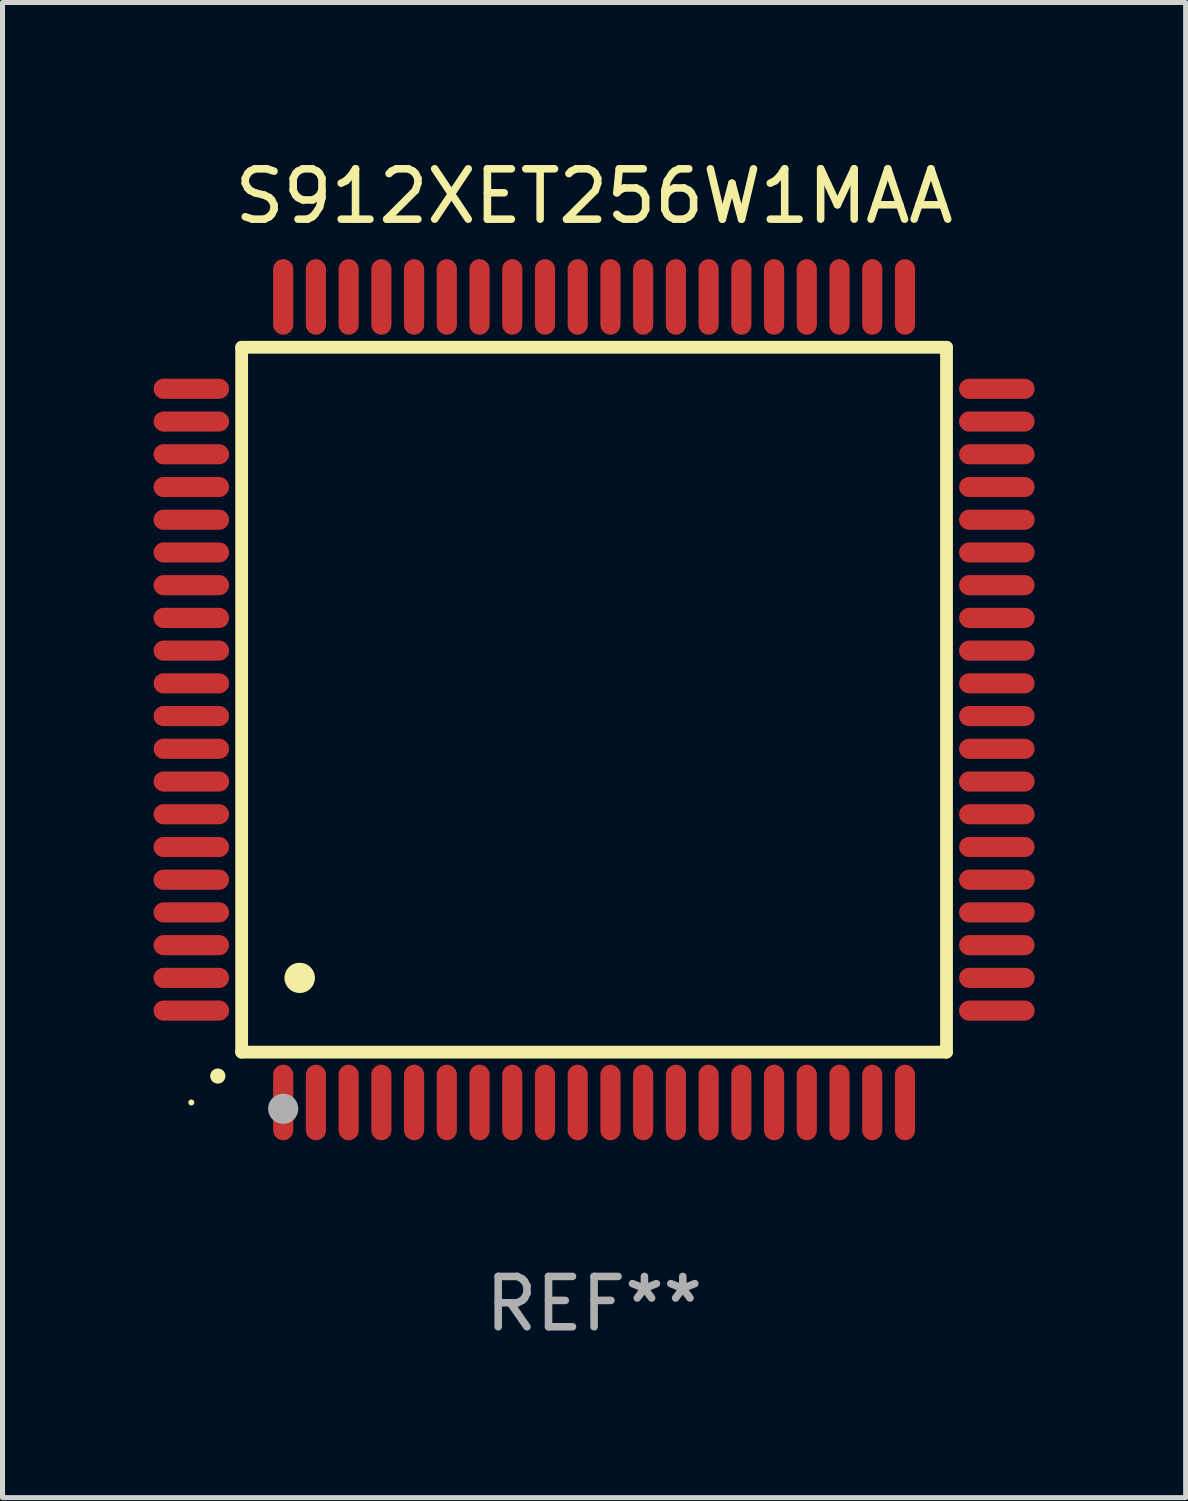
<source format=kicad_pcb>
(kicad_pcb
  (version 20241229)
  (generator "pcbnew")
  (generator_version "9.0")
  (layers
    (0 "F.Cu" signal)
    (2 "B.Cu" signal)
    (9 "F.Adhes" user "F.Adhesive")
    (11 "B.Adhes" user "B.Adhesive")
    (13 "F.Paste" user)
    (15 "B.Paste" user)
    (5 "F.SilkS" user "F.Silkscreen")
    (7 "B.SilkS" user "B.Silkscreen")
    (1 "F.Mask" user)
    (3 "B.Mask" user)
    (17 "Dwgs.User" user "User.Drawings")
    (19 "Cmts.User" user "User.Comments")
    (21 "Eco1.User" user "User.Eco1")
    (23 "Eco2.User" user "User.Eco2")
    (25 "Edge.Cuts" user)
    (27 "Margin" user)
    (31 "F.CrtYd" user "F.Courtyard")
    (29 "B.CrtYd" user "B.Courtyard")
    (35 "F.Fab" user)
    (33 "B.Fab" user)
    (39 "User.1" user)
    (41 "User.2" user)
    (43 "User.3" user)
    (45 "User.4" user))
  (footprint "S912XET256W1MAA"
    (layer "F.Cu")
    (at 8.75 10.848)
    (property "Reference" "S912XET256W1MAA" (at 0 -10 0) (layer "F.SilkS") (effects (font (size 1 1) (thickness 0.15))))
    (attr through_hole)
    (fp_line (start -7 -7) (end -7 7) (stroke (width 0.254) (type solid)) (layer "F.SilkS"))
    (fp_line (start -7 -7) (end 7 -7) (stroke (width 0.254) (type solid)) (layer "F.SilkS"))
    (fp_line (start -7 7) (end 7 7) (stroke (width 0.254) (type solid)) (layer "F.SilkS"))
    (fp_line (start 7 -7) (end 7 7) (stroke (width 0.254) (type solid)) (layer "F.SilkS"))
    (fp_arc (start -7.475006 7.475006) (mid -7.473736 7.475001) (end -7.472466 7.475006) (stroke (width 0.3) (type solid)) (layer "F.SilkS"))
    (fp_arc (start -5.850013 5.525019) (mid -5.847473 5.525008) (end -5.844933 5.525019) (stroke (width 0.6) (type solid)) (layer "F.SilkS"))
    (fp_circle (center -8 8) (end -7.97 8) (stroke (width 0.06) (type solid)) (fill no) (layer "F.SilkS"))
    (fp_circle (center -6.175 8.125) (end -6.025 8.125) (stroke (width 0.3) (type solid)) (fill no) (layer "F.Fab"))
    (fp_text user "REF**" (at 0 12 0) (layer "F.Fab") (effects (font (size 1 1) (thickness 0.15))))
    (pad "1" smd oval (at -6.175 8 180) (size 0.4 1.5) (layers "F.Cu" "F.Mask" "F.Paste"))
    (pad "2" smd oval (at -5.525 8 180) (size 0.4 1.5) (layers "F.Cu" "F.Mask" "F.Paste"))
    (pad "3" smd oval (at -4.875 8 180) (size 0.4 1.5) (layers "F.Cu" "F.Mask" "F.Paste"))
    (pad "4" smd oval (at -4.225 8 180) (size 0.4 1.5) (layers "F.Cu" "F.Mask" "F.Paste"))
    (pad "5" smd oval (at -3.575 8 180) (size 0.4 1.5) (layers "F.Cu" "F.Mask" "F.Paste"))
    (pad "6" smd oval (at -2.925 8 180) (size 0.4 1.5) (layers "F.Cu" "F.Mask" "F.Paste"))
    (pad "7" smd oval (at -2.275 8 180) (size 0.4 1.5) (layers "F.Cu" "F.Mask" "F.Paste"))
    (pad "8" smd oval (at -1.625 8 180) (size 0.4 1.5) (layers "F.Cu" "F.Mask" "F.Paste"))
    (pad "9" smd oval (at -0.975 8 180) (size 0.4 1.5) (layers "F.Cu" "F.Mask" "F.Paste"))
    (pad "10" smd oval (at -0.325 8 180) (size 0.4 1.5) (layers "F.Cu" "F.Mask" "F.Paste"))
    (pad "11" smd oval (at 0.325 8 180) (size 0.4 1.5) (layers "F.Cu" "F.Mask" "F.Paste"))
    (pad "12" smd oval (at 0.975 8 180) (size 0.4 1.5) (layers "F.Cu" "F.Mask" "F.Paste"))
    (pad "13" smd oval (at 1.625 8 180) (size 0.4 1.5) (layers "F.Cu" "F.Mask" "F.Paste"))
    (pad "14" smd oval (at 2.275 8 180) (size 0.4 1.5) (layers "F.Cu" "F.Mask" "F.Paste"))
    (pad "15" smd oval (at 2.925 8 180) (size 0.4 1.5) (layers "F.Cu" "F.Mask" "F.Paste"))
    (pad "16" smd oval (at 3.575 8 180) (size 0.4 1.5) (layers "F.Cu" "F.Mask" "F.Paste"))
    (pad "17" smd oval (at 4.225 8 180) (size 0.4 1.5) (layers "F.Cu" "F.Mask" "F.Paste"))
    (pad "18" smd oval (at 4.875 8 180) (size 0.4 1.5) (layers "F.Cu" "F.Mask" "F.Paste"))
    (pad "19" smd oval (at 5.525 8 180) (size 0.4 1.5) (layers "F.Cu" "F.Mask" "F.Paste"))
    (pad "20" smd oval (at 6.175 8) (size 0.4 1.5) (layers "F.Cu" "F.Mask" "F.Paste"))
    (pad "21" smd oval (at 8 6.175 270) (size 0.4 1.5) (layers "F.Cu" "F.Mask" "F.Paste"))
    (pad "22" smd oval (at 8 5.525 90) (size 0.4 1.5) (layers "F.Cu" "F.Mask" "F.Paste"))
    (pad "23" smd oval (at 8 4.875 90) (size 0.4 1.5) (layers "F.Cu" "F.Mask" "F.Paste"))
    (pad "24" smd oval (at 8 4.225 90) (size 0.4 1.5) (layers "F.Cu" "F.Mask" "F.Paste"))
    (pad "25" smd oval (at 8 3.575 90) (size 0.4 1.5) (layers "F.Cu" "F.Mask" "F.Paste"))
    (pad "26" smd oval (at 8 2.925 90) (size 0.4 1.5) (layers "F.Cu" "F.Mask" "F.Paste"))
    (pad "27" smd oval (at 8 2.275 90) (size 0.4 1.5) (layers "F.Cu" "F.Mask" "F.Paste"))
    (pad "28" smd oval (at 8 1.625 90) (size 0.4 1.5) (layers "F.Cu" "F.Mask" "F.Paste"))
    (pad "29" smd oval (at 8 0.975 90) (size 0.4 1.5) (layers "F.Cu" "F.Mask" "F.Paste"))
    (pad "30" smd oval (at 8 0.325 90) (size 0.4 1.5) (layers "F.Cu" "F.Mask" "F.Paste"))
    (pad "31" smd oval (at 8 -0.325 90) (size 0.4 1.5) (layers "F.Cu" "F.Mask" "F.Paste"))
    (pad "32" smd oval (at 8 -0.975 90) (size 0.4 1.5) (layers "F.Cu" "F.Mask" "F.Paste"))
    (pad "33" smd oval (at 8 -1.625 90) (size 0.4 1.5) (layers "F.Cu" "F.Mask" "F.Paste"))
    (pad "34" smd oval (at 8 -2.275 90) (size 0.4 1.5) (layers "F.Cu" "F.Mask" "F.Paste"))
    (pad "35" smd oval (at 8 -2.925 90) (size 0.4 1.5) (layers "F.Cu" "F.Mask" "F.Paste"))
    (pad "36" smd oval (at 8 -3.575 90) (size 0.4 1.5) (layers "F.Cu" "F.Mask" "F.Paste"))
    (pad "37" smd oval (at 8 -4.225 90) (size 0.4 1.5) (layers "F.Cu" "F.Mask" "F.Paste"))
    (pad "38" smd oval (at 8 -4.875 90) (size 0.4 1.5) (layers "F.Cu" "F.Mask" "F.Paste"))
    (pad "39" smd oval (at 8 -5.525 90) (size 0.4 1.5) (layers "F.Cu" "F.Mask" "F.Paste"))
    (pad "40" smd oval (at 8 -6.175 90) (size 0.4 1.5) (layers "F.Cu" "F.Mask" "F.Paste"))
    (pad "41" smd oval (at 6.175 -8) (size 0.4 1.5) (layers "F.Cu" "F.Mask" "F.Paste"))
    (pad "42" smd oval (at 5.525 -8 180) (size 0.4 1.5) (layers "F.Cu" "F.Mask" "F.Paste"))
    (pad "43" smd oval (at 4.875 -8 180) (size 0.4 1.5) (layers "F.Cu" "F.Mask" "F.Paste"))
    (pad "44" smd oval (at 4.225 -8 180) (size 0.4 1.5) (layers "F.Cu" "F.Mask" "F.Paste"))
    (pad "45" smd oval (at 3.575 -8 180) (size 0.4 1.5) (layers "F.Cu" "F.Mask" "F.Paste"))
    (pad "46" smd oval (at 2.925 -8 180) (size 0.4 1.5) (layers "F.Cu" "F.Mask" "F.Paste"))
    (pad "47" smd oval (at 2.275 -8 180) (size 0.4 1.5) (layers "F.Cu" "F.Mask" "F.Paste"))
    (pad "48" smd oval (at 1.625 -8 180) (size 0.4 1.5) (layers "F.Cu" "F.Mask" "F.Paste"))
    (pad "49" smd oval (at 0.975 -8 180) (size 0.4 1.5) (layers "F.Cu" "F.Mask" "F.Paste"))
    (pad "50" smd oval (at 0.325 -8 180) (size 0.4 1.5) (layers "F.Cu" "F.Mask" "F.Paste"))
    (pad "51" smd oval (at -0.325 -8 180) (size 0.4 1.5) (layers "F.Cu" "F.Mask" "F.Paste"))
    (pad "52" smd oval (at -0.975 -8 180) (size 0.4 1.5) (layers "F.Cu" "F.Mask" "F.Paste"))
    (pad "53" smd oval (at -1.625 -8 180) (size 0.4 1.5) (layers "F.Cu" "F.Mask" "F.Paste"))
    (pad "54" smd oval (at -2.275 -8 180) (size 0.4 1.5) (layers "F.Cu" "F.Mask" "F.Paste"))
    (pad "55" smd oval (at -2.925 -8 180) (size 0.4 1.5) (layers "F.Cu" "F.Mask" "F.Paste"))
    (pad "56" smd oval (at -3.575 -8 180) (size 0.4 1.5) (layers "F.Cu" "F.Mask" "F.Paste"))
    (pad "57" smd oval (at -4.225 -8 180) (size 0.4 1.5) (layers "F.Cu" "F.Mask" "F.Paste"))
    (pad "58" smd oval (at -4.875 -8 180) (size 0.4 1.5) (layers "F.Cu" "F.Mask" "F.Paste"))
    (pad "59" smd oval (at -5.525 -8 180) (size 0.4 1.5) (layers "F.Cu" "F.Mask" "F.Paste"))
    (pad "60" smd oval (at -6.175 -8 180) (size 0.4 1.5) (layers "F.Cu" "F.Mask" "F.Paste"))
    (pad "61" smd oval (at -8 -6.175 90) (size 0.4 1.5) (layers "F.Cu" "F.Mask" "F.Paste"))
    (pad "62" smd oval (at -8 -5.525 90) (size 0.4 1.5) (layers "F.Cu" "F.Mask" "F.Paste"))
    (pad "63" smd oval (at -8 -4.875 90) (size 0.4 1.5) (layers "F.Cu" "F.Mask" "F.Paste"))
    (pad "64" smd oval (at -8 -4.225 90) (size 0.4 1.5) (layers "F.Cu" "F.Mask" "F.Paste"))
    (pad "65" smd oval (at -8 -3.575 90) (size 0.4 1.5) (layers "F.Cu" "F.Mask" "F.Paste"))
    (pad "66" smd oval (at -8 -2.925 90) (size 0.4 1.5) (layers "F.Cu" "F.Mask" "F.Paste"))
    (pad "67" smd oval (at -8 -2.275 90) (size 0.4 1.5) (layers "F.Cu" "F.Mask" "F.Paste"))
    (pad "68" smd oval (at -8 -1.625 90) (size 0.4 1.5) (layers "F.Cu" "F.Mask" "F.Paste"))
    (pad "69" smd oval (at -8 -0.975 90) (size 0.4 1.5) (layers "F.Cu" "F.Mask" "F.Paste"))
    (pad "70" smd oval (at -8 -0.325 90) (size 0.4 1.5) (layers "F.Cu" "F.Mask" "F.Paste"))
    (pad "71" smd oval (at -8 0.325 90) (size 0.4 1.5) (layers "F.Cu" "F.Mask" "F.Paste"))
    (pad "72" smd oval (at -8 0.975 90) (size 0.4 1.5) (layers "F.Cu" "F.Mask" "F.Paste"))
    (pad "73" smd oval (at -8 1.625 90) (size 0.4 1.5) (layers "F.Cu" "F.Mask" "F.Paste"))
    (pad "74" smd oval (at -8 2.275 90) (size 0.4 1.5) (layers "F.Cu" "F.Mask" "F.Paste"))
    (pad "75" smd oval (at -8 2.925 90) (size 0.4 1.5) (layers "F.Cu" "F.Mask" "F.Paste"))
    (pad "76" smd oval (at -8 3.575 90) (size 0.4 1.5) (layers "F.Cu" "F.Mask" "F.Paste"))
    (pad "77" smd oval (at -8 4.225 90) (size 0.4 1.5) (layers "F.Cu" "F.Mask" "F.Paste"))
    (pad "78" smd oval (at -8 4.875 90) (size 0.4 1.5) (layers "F.Cu" "F.Mask" "F.Paste"))
    (pad "79" smd oval (at -8 5.525 90) (size 0.4 1.5) (layers "F.Cu" "F.Mask" "F.Paste"))
    (pad "80" smd oval (at -8 6.175 270) (size 0.4 1.5) (layers "F.Cu" "F.Mask" "F.Paste")))
  (gr_rect
    (start -3 -3)
    (end 20.5 26.697)
    (stroke (width 0.1) (type default))
    (fill no)
    (layer "Edge.Cuts")))
</source>
